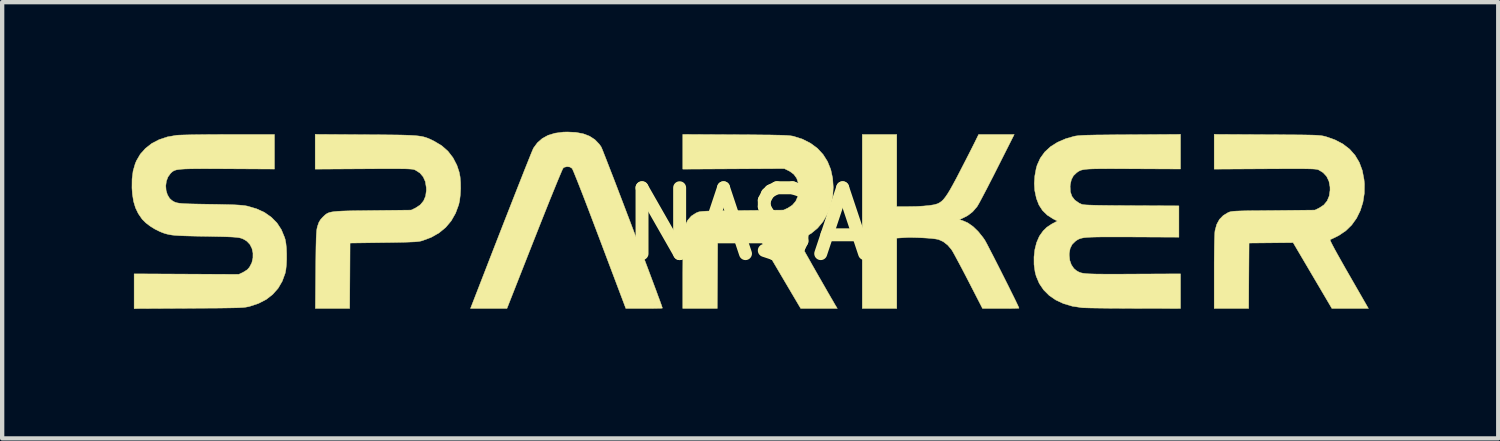
<source format=kicad_pcb>
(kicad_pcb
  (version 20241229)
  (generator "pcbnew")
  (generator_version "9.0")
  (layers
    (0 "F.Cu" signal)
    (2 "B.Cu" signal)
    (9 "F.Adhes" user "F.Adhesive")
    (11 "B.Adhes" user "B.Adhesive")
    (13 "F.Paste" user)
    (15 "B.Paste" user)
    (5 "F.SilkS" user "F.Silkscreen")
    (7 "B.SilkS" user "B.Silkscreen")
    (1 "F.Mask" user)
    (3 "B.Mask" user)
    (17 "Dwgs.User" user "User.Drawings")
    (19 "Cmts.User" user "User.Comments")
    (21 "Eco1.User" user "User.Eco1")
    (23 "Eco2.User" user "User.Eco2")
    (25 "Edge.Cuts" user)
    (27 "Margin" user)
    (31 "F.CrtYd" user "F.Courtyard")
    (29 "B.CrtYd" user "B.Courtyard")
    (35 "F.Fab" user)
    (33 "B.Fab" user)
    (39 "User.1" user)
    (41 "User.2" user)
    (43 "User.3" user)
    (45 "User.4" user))
  (footprint "NASA"
    (layer "F.Cu")
    (at 14.279 2.131)
    (property "Reference" "NASA" (at 0 0 0) (layer "F.SilkS") (effects (font (size 1.524 1.524) (thickness 0.3))))
    (attr through_hole)
    (fp_poly (pts (xy -4.001 -2.117) (xy -3.83 -2.085) (xy -3.684 -2.03) (xy -3.56 -1.95) (xy -3.458 -1.844) (xy -3.414 -1.782) (xy -3.403 -1.758) (xy -3.38 -1.703) (xy -3.347 -1.619) (xy -3.304 -1.51) (xy -3.253 -1.378) (xy -3.194 -1.226) (xy -3.128 -1.057) (xy -3.057 -0.872) (xy -2.982 -0.675) (xy -2.903 -0.469) (xy -2.822 -0.255) (xy -2.739 -0.038) (xy -2.656 0.181) (xy -2.573 0.399) (xy -2.492 0.613) (xy -2.414 0.82) (xy -2.339 1.018) (xy -2.269 1.205) (xy -2.205 1.376) (xy -2.147 1.531) (xy -2.098 1.665) (xy -2.056 1.777) (xy -2.025 1.863) (xy -2.005 1.922) (xy -1.996 1.95) (xy -1.996 1.951) (xy -2.013 1.953) (xy -2.062 1.956) (xy -2.136 1.957) (xy -2.232 1.959) (xy -2.345 1.959) (xy -2.419 1.959) (xy -2.842 1.959) (xy -3.446 0.358) (xy -3.538 0.115) (xy -3.626 -0.117) (xy -3.708 -0.333) (xy -3.785 -0.534) (xy -3.855 -0.715) (xy -3.918 -0.875) (xy -3.972 -1.012) (xy -4.017 -1.123) (xy -4.051 -1.207) (xy -4.075 -1.261) (xy -4.087 -1.284) (xy -4.139 -1.316) (xy -4.203 -1.324) (xy -4.265 -1.31) (xy -4.292 -1.291) (xy -4.304 -1.27) (xy -4.328 -1.217) (xy -4.363 -1.134) (xy -4.409 -1.025) (xy -4.464 -0.891) (xy -4.528 -0.734) (xy -4.6 -0.557) (xy -4.678 -0.362) (xy -4.762 -0.151) (xy -4.851 0.073) (xy -4.944 0.309) (xy -4.961 0.351) (xy -5.594 1.959) (xy -6.438 1.959) (xy -6.387 1.828) (xy -6.25 1.475) (xy -6.117 1.133) (xy -5.989 0.802) (xy -5.865 0.484) (xy -5.747 0.181) (xy -5.635 -0.106) (xy -5.529 -0.376) (xy -5.431 -0.626) (xy -5.341 -0.855) (xy -5.259 -1.062) (xy -5.187 -1.245) (xy -5.124 -1.402) (xy -5.072 -1.532) (xy -5.031 -1.634) (xy -5.001 -1.705) (xy -4.984 -1.745) (xy -4.981 -1.752) (xy -4.889 -1.877) (xy -4.776 -1.976) (xy -4.641 -2.05) (xy -4.481 -2.098) (xy -4.295 -2.123) (xy -4.199 -2.126) (xy -4.001 -2.117)) (stroke (width 0.01) (type solid)) (fill yes) (layer "F.SilkS"))
    (fp_poly (pts (xy 3.429 -0.399) (xy 3.697 -0.399) (xy 3.879 -0.402) (xy 4.041 -0.411) (xy 4.179 -0.424) (xy 4.29 -0.441) (xy 4.368 -0.463) (xy 4.371 -0.464) (xy 4.417 -0.487) (xy 4.461 -0.517) (xy 4.506 -0.559) (xy 4.552 -0.616) (xy 4.604 -0.691) (xy 4.662 -0.786) (xy 4.729 -0.906) (xy 4.808 -1.052) (xy 4.884 -1.199) (xy 4.954 -1.335) (xy 5.023 -1.469) (xy 5.088 -1.596) (xy 5.146 -1.71) (xy 5.194 -1.805) (xy 5.229 -1.875) (xy 5.237 -1.891) (xy 5.324 -2.068) (xy 6.148 -2.068) (xy 5.748 -1.275) (xy 5.667 -1.114) (xy 5.588 -0.961) (xy 5.515 -0.818) (xy 5.448 -0.691) (xy 5.39 -0.581) (xy 5.343 -0.493) (xy 5.307 -0.43) (xy 5.287 -0.397) (xy 5.286 -0.396) (xy 5.185 -0.279) (xy 5.07 -0.191) (xy 4.984 -0.146) (xy 4.878 -0.097) (xy 4.955 -0.074) (xy 5.074 -0.022) (xy 5.195 0.063) (xy 5.314 0.178) (xy 5.427 0.319) (xy 5.463 0.371) (xy 5.481 0.402) (xy 5.513 0.46) (xy 5.555 0.541) (xy 5.607 0.642) (xy 5.667 0.758) (xy 5.732 0.885) (xy 5.801 1.021) (xy 5.871 1.16) (xy 5.941 1.299) (xy 6.009 1.434) (xy 6.072 1.562) (xy 6.13 1.678) (xy 6.179 1.778) (xy 6.218 1.86) (xy 6.245 1.917) (xy 6.258 1.948) (xy 6.259 1.952) (xy 6.242 1.954) (xy 6.193 1.956) (xy 6.119 1.958) (xy 6.023 1.959) (xy 5.911 1.959) (xy 5.837 1.959) (xy 5.414 1.959) (xy 5.09 1.329) (xy 5.015 1.184) (xy 4.943 1.046) (xy 4.875 0.918) (xy 4.814 0.805) (xy 4.763 0.71) (xy 4.723 0.639) (xy 4.696 0.596) (xy 4.694 0.593) (xy 4.608 0.492) (xy 4.505 0.412) (xy 4.393 0.362) (xy 4.391 0.362) (xy 4.335 0.351) (xy 4.25 0.34) (xy 4.145 0.331) (xy 4.028 0.324) (xy 3.907 0.319) (xy 3.79 0.316) (xy 3.685 0.316) (xy 3.615 0.319) (xy 3.429 0.331) (xy 3.429 1.959) (xy 2.631 1.959) (xy 2.631 -2.068) (xy 3.429 -2.068) (xy 3.429 -0.399)) (stroke (width 0.01) (type solid)) (fill yes) (layer "F.SilkS"))
    (fp_poly (pts (xy -0.304 -2.063) (xy -0.058 -2.062) (xy 0.154 -2.06) (xy 0.335 -2.058) (xy 0.488 -2.057) (xy 0.616 -2.054) (xy 0.722 -2.052) (xy 0.808 -2.049) (xy 0.877 -2.046) (xy 0.932 -2.042) (xy 0.975 -2.037) (xy 1.01 -2.032) (xy 1.039 -2.026) (xy 1.04 -2.026) (xy 1.249 -1.959) (xy 1.433 -1.865) (xy 1.592 -1.748) (xy 1.723 -1.606) (xy 1.826 -1.443) (xy 1.901 -1.258) (xy 1.945 -1.054) (xy 1.959 -0.847) (xy 1.948 -0.647) (xy 1.914 -0.466) (xy 1.853 -0.291) (xy 1.822 -0.224) (xy 1.72 -0.049) (xy 1.595 0.1) (xy 1.449 0.221) (xy 1.285 0.313) (xy 1.25 0.327) (xy 1.196 0.349) (xy 1.159 0.365) (xy 1.147 0.371) (xy 1.154 0.387) (xy 1.178 0.431) (xy 1.216 0.499) (xy 1.266 0.587) (xy 1.325 0.692) (xy 1.392 0.81) (xy 1.464 0.938) (xy 1.54 1.072) (xy 1.617 1.207) (xy 1.694 1.341) (xy 1.768 1.47) (xy 1.836 1.589) (xy 1.898 1.696) (xy 1.951 1.787) (xy 1.992 1.858) (xy 2.017 1.9) (xy 2.053 1.959) (xy 1.206 1.959) (xy 0.759 1.202) (xy 0.313 0.445) (xy -0.717 0.445) (xy -0.721 1.202) (xy -0.726 1.959) (xy -1.524 1.959) (xy -1.524 1.138) (xy -1.523 0.964) (xy -1.522 0.797) (xy -1.52 0.641) (xy -1.518 0.5) (xy -1.515 0.38) (xy -1.511 0.284) (xy -1.508 0.217) (xy -1.505 0.191) (xy -1.47 0.04) (xy -1.41 -0.083) (xy -1.326 -0.18) (xy -1.218 -0.25) (xy -1.18 -0.266) (xy -1.159 -0.274) (xy -1.132 -0.28) (xy -1.097 -0.285) (xy -1.051 -0.289) (xy -0.99 -0.293) (xy -0.911 -0.296) (xy -0.812 -0.299) (xy -0.689 -0.301) (xy -0.539 -0.303) (xy -0.359 -0.306) (xy -0.145 -0.308) (xy -0.145 -0.308) (xy 0.807 -0.318) (xy 0.909 -0.365) (xy 1.013 -0.433) (xy 1.091 -0.524) (xy 1.141 -0.638) (xy 1.162 -0.772) (xy 1.163 -0.807) (xy 1.15 -0.944) (xy 1.112 -1.056) (xy 1.047 -1.146) (xy 0.954 -1.215) (xy 0.927 -1.229) (xy 0.826 -1.279) (xy -1.524 -1.266) (xy -1.524 -2.07) (xy -0.304 -2.063)) (stroke (width 0.01) (type solid)) (fill yes) (layer "F.SilkS"))
    (fp_poly (pts (xy -8.867 -2.063) (xy -8.619 -2.062) (xy -8.405 -2.06) (xy -8.22 -2.058) (xy -8.063 -2.056) (xy -7.93 -2.052) (xy -7.819 -2.048) (xy -7.725 -2.042) (xy -7.647 -2.034) (xy -7.581 -2.025) (xy -7.524 -2.013) (xy -7.473 -1.998) (xy -7.425 -1.981) (xy -7.378 -1.961) (xy -7.327 -1.937) (xy -7.277 -1.912) (xy -7.105 -1.809) (xy -6.96 -1.681) (xy -6.843 -1.53) (xy -6.752 -1.354) (xy -6.7 -1.197) (xy -6.679 -1.089) (xy -6.668 -0.957) (xy -6.666 -0.813) (xy -6.674 -0.67) (xy -6.69 -0.538) (xy -6.71 -0.445) (xy -6.784 -0.245) (xy -6.885 -0.068) (xy -7.013 0.084) (xy -7.168 0.211) (xy -7.35 0.314) (xy -7.557 0.391) (xy -7.557 0.391) (xy -7.588 0.399) (xy -7.625 0.406) (xy -7.672 0.412) (xy -7.731 0.417) (xy -7.807 0.42) (xy -7.904 0.424) (xy -8.024 0.427) (xy -8.171 0.43) (xy -8.35 0.433) (xy -8.445 0.434) (xy -9.226 0.445) (xy -9.23 1.202) (xy -9.235 1.959) (xy -10.029 1.959) (xy -10.021 1.066) (xy -10.019 0.86) (xy -10.017 0.688) (xy -10.015 0.544) (xy -10.012 0.427) (xy -10.01 0.332) (xy -10.006 0.257) (xy -10.002 0.198) (xy -9.998 0.15) (xy -9.992 0.112) (xy -9.985 0.08) (xy -9.977 0.051) (xy -9.948 -0.032) (xy -9.91 -0.096) (xy -9.861 -0.151) (xy -9.829 -0.182) (xy -9.8 -0.209) (xy -9.77 -0.231) (xy -9.737 -0.249) (xy -9.696 -0.264) (xy -9.644 -0.275) (xy -9.579 -0.284) (xy -9.497 -0.291) (xy -9.396 -0.296) (xy -9.27 -0.3) (xy -9.119 -0.303) (xy -8.938 -0.305) (xy -8.724 -0.308) (xy -8.709 -0.308) (xy -7.811 -0.318) (xy -7.708 -0.368) (xy -7.602 -0.438) (xy -7.525 -0.53) (xy -7.477 -0.642) (xy -7.459 -0.775) (xy -7.461 -0.839) (xy -7.483 -0.976) (xy -7.533 -1.088) (xy -7.609 -1.177) (xy -7.713 -1.243) (xy -7.72 -1.246) (xy -7.736 -1.253) (xy -7.756 -1.259) (xy -7.782 -1.264) (xy -7.817 -1.267) (xy -7.863 -1.27) (xy -7.924 -1.273) (xy -8.002 -1.274) (xy -8.101 -1.275) (xy -8.222 -1.275) (xy -8.369 -1.275) (xy -8.545 -1.275) (xy -8.752 -1.274) (xy -8.913 -1.273) (xy -10.033 -1.266) (xy -10.033 -2.071) (xy -8.867 -2.063)) (stroke (width 0.01) (type solid)) (fill yes) (layer "F.SilkS"))
    (fp_poly (pts (xy 11.997 -2.064) (xy 12.237 -2.063) (xy 12.445 -2.061) (xy 12.621 -2.06) (xy 12.77 -2.059) (xy 12.894 -2.057) (xy 12.996 -2.055) (xy 13.079 -2.053) (xy 13.146 -2.05) (xy 13.2 -2.046) (xy 13.243 -2.042) (xy 13.278 -2.037) (xy 13.309 -2.031) (xy 13.338 -2.024) (xy 13.362 -2.018) (xy 13.573 -1.944) (xy 13.756 -1.848) (xy 13.911 -1.729) (xy 14.037 -1.587) (xy 14.135 -1.423) (xy 14.205 -1.236) (xy 14.245 -1.027) (xy 14.255 -0.925) (xy 14.252 -0.707) (xy 14.22 -0.5) (xy 14.159 -0.306) (xy 14.072 -0.129) (xy 13.96 0.027) (xy 13.824 0.16) (xy 13.666 0.267) (xy 13.632 0.285) (xy 13.564 0.319) (xy 13.506 0.346) (xy 13.469 0.363) (xy 13.461 0.366) (xy 13.462 0.381) (xy 13.48 0.423) (xy 13.514 0.491) (xy 13.565 0.587) (xy 13.634 0.712) (xy 13.72 0.865) (xy 13.824 1.049) (xy 13.892 1.167) (xy 14.347 1.959) (xy 13.502 1.959) (xy 13.053 1.197) (xy 12.604 0.435) (xy 12.094 0.44) (xy 11.584 0.445) (xy 11.579 1.202) (xy 11.575 1.959) (xy 10.777 1.959) (xy 10.777 1.11) (xy 10.777 0.889) (xy 10.779 0.692) (xy 10.781 0.522) (xy 10.784 0.381) (xy 10.788 0.271) (xy 10.792 0.193) (xy 10.797 0.154) (xy 10.836 0.012) (xy 10.899 -0.103) (xy 10.987 -0.193) (xy 11.094 -0.258) (xy 11.115 -0.267) (xy 11.135 -0.275) (xy 11.159 -0.281) (xy 11.189 -0.286) (xy 11.228 -0.291) (xy 11.279 -0.294) (xy 11.347 -0.297) (xy 11.433 -0.3) (xy 11.541 -0.302) (xy 11.675 -0.304) (xy 11.836 -0.305) (xy 12.029 -0.307) (xy 12.147 -0.308) (xy 13.108 -0.318) (xy 13.214 -0.37) (xy 13.317 -0.439) (xy 13.392 -0.531) (xy 13.44 -0.646) (xy 13.459 -0.779) (xy 13.458 -0.853) (xy 13.433 -0.986) (xy 13.38 -1.097) (xy 13.299 -1.185) (xy 13.199 -1.246) (xy 13.183 -1.253) (xy 13.163 -1.259) (xy 13.138 -1.263) (xy 13.104 -1.267) (xy 13.058 -1.27) (xy 12.999 -1.272) (xy 12.922 -1.274) (xy 12.826 -1.275) (xy 12.707 -1.275) (xy 12.564 -1.275) (xy 12.392 -1.275) (xy 12.189 -1.274) (xy 11.953 -1.273) (xy 11.952 -1.273) (xy 10.777 -1.266) (xy 10.777 -2.071) (xy 11.997 -2.064)) (stroke (width 0.01) (type solid)) (fill yes) (layer "F.SilkS"))
    (fp_poly (pts (xy 9.997 -1.269) (xy 8.904 -1.274) (xy 8.668 -1.275) (xy 8.466 -1.276) (xy 8.294 -1.276) (xy 8.15 -1.275) (xy 8.031 -1.274) (xy 7.933 -1.271) (xy 7.854 -1.267) (xy 7.792 -1.261) (xy 7.742 -1.253) (xy 7.703 -1.244) (xy 7.671 -1.232) (xy 7.643 -1.218) (xy 7.617 -1.201) (xy 7.59 -1.182) (xy 7.59 -1.181) (xy 7.518 -1.112) (xy 7.471 -1.023) (xy 7.446 -0.91) (xy 7.442 -0.866) (xy 7.448 -0.741) (xy 7.484 -0.636) (xy 7.55 -0.55) (xy 7.648 -0.481) (xy 7.711 -0.452) (xy 7.73 -0.447) (xy 7.762 -0.442) (xy 7.807 -0.438) (xy 7.87 -0.435) (xy 7.952 -0.432) (xy 8.056 -0.429) (xy 8.184 -0.427) (xy 8.34 -0.425) (xy 8.526 -0.423) (xy 8.744 -0.422) (xy 8.867 -0.421) (xy 9.96 -0.416) (xy 9.96 0.309) (xy 8.895 0.304) (xy 8.658 0.303) (xy 8.454 0.303) (xy 8.281 0.303) (xy 8.136 0.304) (xy 8.015 0.306) (xy 7.916 0.309) (xy 7.835 0.314) (xy 7.771 0.32) (xy 7.72 0.329) (xy 7.678 0.34) (xy 7.644 0.353) (xy 7.615 0.368) (xy 7.586 0.387) (xy 7.565 0.402) (xy 7.49 0.475) (xy 7.443 0.567) (xy 7.422 0.682) (xy 7.421 0.727) (xy 7.434 0.845) (xy 7.471 0.95) (xy 7.53 1.035) (xy 7.581 1.079) (xy 7.61 1.097) (xy 7.637 1.112) (xy 7.666 1.125) (xy 7.701 1.136) (xy 7.744 1.145) (xy 7.797 1.151) (xy 7.865 1.157) (xy 7.949 1.16) (xy 8.052 1.163) (xy 8.178 1.164) (xy 8.329 1.165) (xy 8.509 1.165) (xy 8.72 1.164) (xy 8.904 1.163) (xy 9.997 1.158) (xy 9.997 1.959) (xy 8.931 1.957) (xy 8.733 1.956) (xy 8.541 1.955) (xy 8.361 1.954) (xy 8.195 1.952) (xy 8.047 1.95) (xy 7.921 1.948) (xy 7.821 1.945) (xy 7.751 1.943) (xy 7.72 1.941) (xy 7.494 1.907) (xy 7.29 1.847) (xy 7.111 1.764) (xy 6.956 1.657) (xy 6.828 1.529) (xy 6.727 1.379) (xy 6.656 1.21) (xy 6.631 1.114) (xy 6.607 0.942) (xy 6.606 0.766) (xy 6.626 0.594) (xy 6.666 0.435) (xy 6.725 0.298) (xy 6.738 0.275) (xy 6.817 0.164) (xy 6.905 0.078) (xy 7.016 0.005) (xy 7.035 -0.005) (xy 7.146 -0.065) (xy 7.049 -0.115) (xy 6.913 -0.202) (xy 6.804 -0.308) (xy 6.721 -0.436) (xy 6.662 -0.588) (xy 6.624 -0.767) (xy 6.623 -0.774) (xy 6.613 -0.936) (xy 6.625 -1.11) (xy 6.656 -1.279) (xy 6.678 -1.357) (xy 6.751 -1.519) (xy 6.854 -1.662) (xy 6.987 -1.785) (xy 7.149 -1.887) (xy 7.34 -1.97) (xy 7.529 -2.024) (xy 7.56 -2.031) (xy 7.596 -2.036) (xy 7.638 -2.041) (xy 7.69 -2.045) (xy 7.755 -2.049) (xy 7.836 -2.052) (xy 7.936 -2.054) (xy 8.058 -2.057) (xy 8.203 -2.058) (xy 8.377 -2.06) (xy 8.58 -2.062) (xy 8.817 -2.063) (xy 8.831 -2.063) (xy 9.997 -2.071) (xy 9.997 -1.269)) (stroke (width 0.01) (type solid)) (fill yes) (layer "F.SilkS"))
    (fp_poly (pts (xy -10.976 -1.268) (xy -12.06 -1.274) (xy -12.299 -1.275) (xy -12.505 -1.276) (xy -12.68 -1.276) (xy -12.827 -1.275) (xy -12.948 -1.273) (xy -13.048 -1.27) (xy -13.128 -1.265) (xy -13.192 -1.258) (xy -13.242 -1.25) (xy -13.28 -1.239) (xy -13.311 -1.225) (xy -13.336 -1.209) (xy -13.358 -1.19) (xy -13.381 -1.168) (xy -13.382 -1.167) (xy -13.441 -1.085) (xy -13.478 -0.987) (xy -13.492 -0.88) (xy -13.484 -0.773) (xy -13.454 -0.674) (xy -13.404 -0.59) (xy -13.356 -0.546) (xy -13.327 -0.526) (xy -13.299 -0.51) (xy -13.268 -0.497) (xy -13.231 -0.486) (xy -13.184 -0.478) (xy -13.122 -0.471) (xy -13.043 -0.466) (xy -12.943 -0.462) (xy -12.817 -0.459) (xy -12.663 -0.456) (xy -12.476 -0.453) (xy -12.473 -0.453) (xy -12.281 -0.45) (xy -12.121 -0.446) (xy -11.99 -0.443) (xy -11.883 -0.439) (xy -11.797 -0.434) (xy -11.728 -0.428) (xy -11.671 -0.422) (xy -11.624 -0.414) (xy -11.602 -0.41) (xy -11.391 -0.348) (xy -11.206 -0.263) (xy -11.049 -0.153) (xy -10.918 -0.021) (xy -10.816 0.135) (xy -10.742 0.314) (xy -10.727 0.363) (xy -10.711 0.451) (xy -10.699 0.564) (xy -10.694 0.692) (xy -10.694 0.825) (xy -10.7 0.951) (xy -10.712 1.062) (xy -10.727 1.141) (xy -10.796 1.329) (xy -10.892 1.493) (xy -11.016 1.633) (xy -11.166 1.75) (xy -11.344 1.842) (xy -11.542 1.908) (xy -11.573 1.916) (xy -11.603 1.922) (xy -11.635 1.928) (xy -11.672 1.933) (xy -11.718 1.937) (xy -11.775 1.94) (xy -11.845 1.943) (xy -11.932 1.945) (xy -12.039 1.947) (xy -12.167 1.949) (xy -12.321 1.951) (xy -12.502 1.952) (xy -12.714 1.953) (xy -12.959 1.955) (xy -14.224 1.962) (xy -14.224 1.158) (xy -11.802 1.17) (xy -11.702 1.123) (xy -11.606 1.063) (xy -11.554 1.005) (xy -11.5 0.902) (xy -11.474 0.789) (xy -11.473 0.676) (xy -11.497 0.569) (xy -11.544 0.476) (xy -11.615 0.402) (xy -11.628 0.393) (xy -11.662 0.372) (xy -11.694 0.354) (xy -11.728 0.339) (xy -11.767 0.327) (xy -11.815 0.318) (xy -11.876 0.311) (xy -11.954 0.305) (xy -12.053 0.301) (xy -12.175 0.297) (xy -12.326 0.294) (xy -12.507 0.29) (xy -12.564 0.289) (xy -12.762 0.286) (xy -12.928 0.282) (xy -13.066 0.278) (xy -13.179 0.273) (xy -13.272 0.267) (xy -13.349 0.259) (xy -13.414 0.248) (xy -13.471 0.235) (xy -13.524 0.22) (xy -13.577 0.2) (xy -13.631 0.178) (xy -13.742 0.123) (xy -13.853 0.054) (xy -13.953 -0.022) (xy -14.03 -0.098) (xy -14.041 -0.111) (xy -14.128 -0.237) (xy -14.192 -0.37) (xy -14.237 -0.519) (xy -14.264 -0.69) (xy -14.274 -0.828) (xy -14.272 -1.037) (xy -14.248 -1.223) (xy -14.2 -1.389) (xy -14.171 -1.459) (xy -14.081 -1.613) (xy -13.961 -1.747) (xy -13.816 -1.86) (xy -13.647 -1.948) (xy -13.456 -2.012) (xy -13.245 -2.049) (xy -13.24 -2.05) (xy -13.191 -2.053) (xy -13.109 -2.056) (xy -12.998 -2.059) (xy -12.864 -2.062) (xy -12.708 -2.064) (xy -12.536 -2.066) (xy -12.351 -2.067) (xy -12.157 -2.068) (xy -12.024 -2.068) (xy -10.976 -2.068) (xy -10.976 -1.268)) (stroke (width 0.01) (type solid)) (fill yes) (layer "F.SilkS")))
  (gr_rect
    (start -3 -3)
    (end 31.631 7.098)
    (stroke (width 0.1) (type default))
    (fill no)
    (layer "Edge.Cuts")))
</source>
